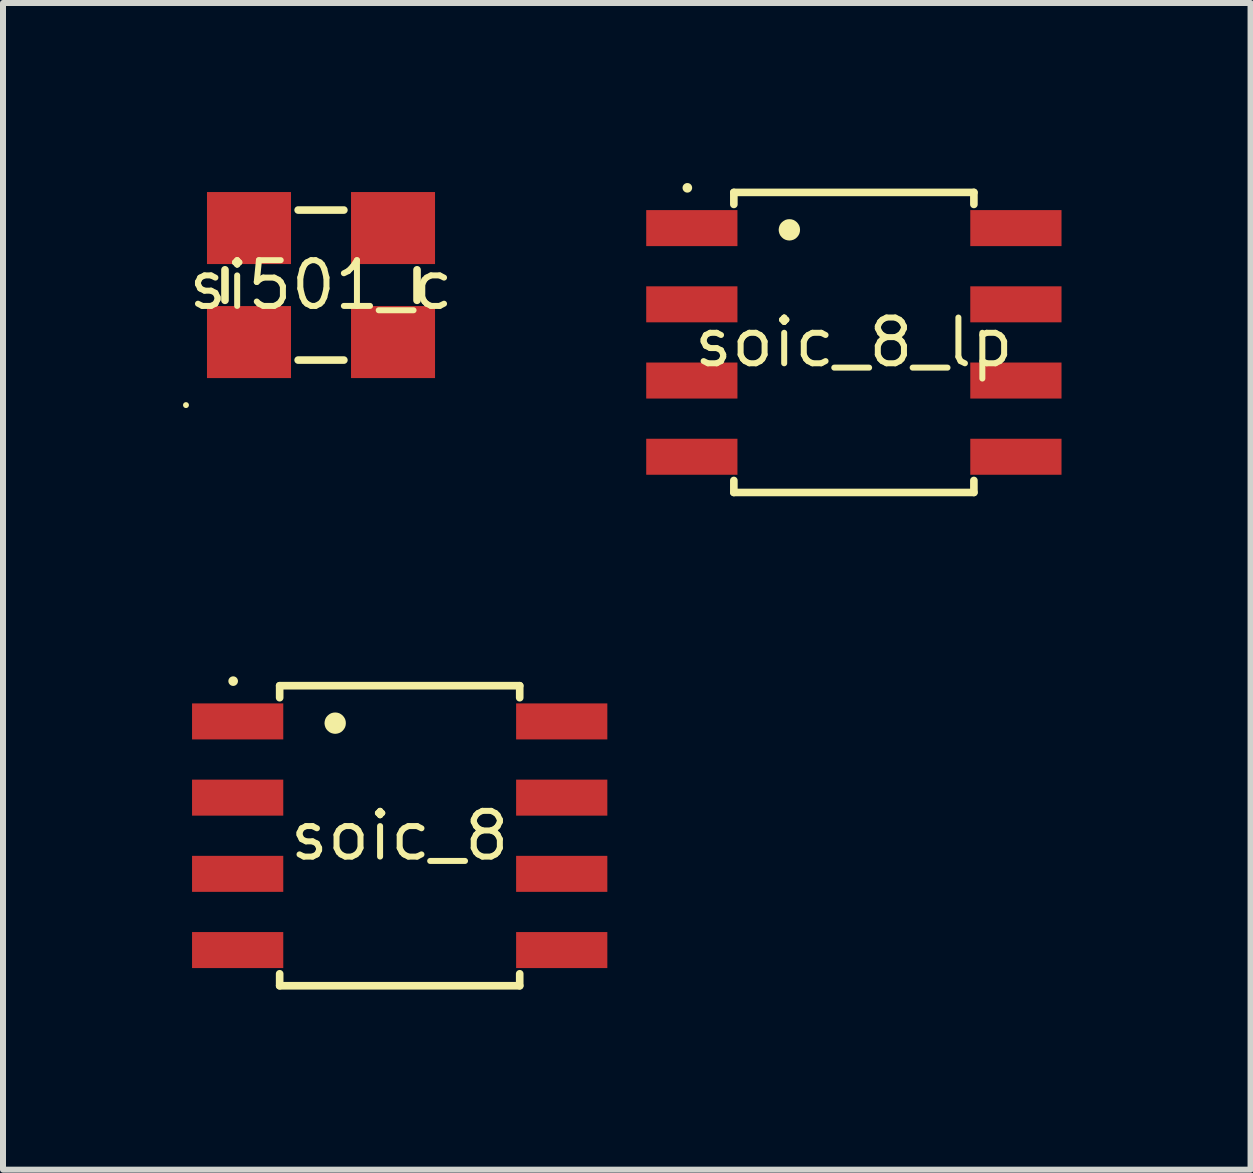
<source format=kicad_pcb>
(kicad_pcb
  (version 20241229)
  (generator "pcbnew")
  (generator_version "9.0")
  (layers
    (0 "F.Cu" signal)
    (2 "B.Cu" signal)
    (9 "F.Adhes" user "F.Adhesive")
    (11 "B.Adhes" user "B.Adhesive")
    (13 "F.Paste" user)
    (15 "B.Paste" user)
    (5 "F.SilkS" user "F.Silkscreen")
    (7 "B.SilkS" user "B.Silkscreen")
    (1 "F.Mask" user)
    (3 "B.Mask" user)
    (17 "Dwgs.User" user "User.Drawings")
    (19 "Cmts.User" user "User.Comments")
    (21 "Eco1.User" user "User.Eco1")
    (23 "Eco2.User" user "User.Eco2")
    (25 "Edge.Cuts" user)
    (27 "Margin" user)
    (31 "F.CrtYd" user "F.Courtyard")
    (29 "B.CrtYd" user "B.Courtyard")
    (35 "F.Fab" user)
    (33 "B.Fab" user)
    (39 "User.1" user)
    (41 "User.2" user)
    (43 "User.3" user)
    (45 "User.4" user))
  (footprint "soic_8"
    (layer "F.Cu")
    (at 3.61 10.876)
    (property "Reference" "soic_8" (at 0 0 0) (layer "F.SilkS") (effects (font (size 0.762 0.762) (thickness 0.1))))
    (attr through_hole)
    (fp_poly (pts (xy -3.61 -2.355) (xy -3.61 -1.455) (xy -1.79 -1.455) (xy -1.79 -2.355)) (stroke (width 0) (type solid)) (fill yes) (layer "F.Mask"))
    (fp_poly (pts (xy -3.61 -1.085) (xy -3.61 -0.185) (xy -1.79 -0.185) (xy -1.79 -1.085)) (stroke (width 0) (type solid)) (fill yes) (layer "F.Mask"))
    (fp_poly (pts (xy -3.61 0.185) (xy -3.61 1.085) (xy -1.79 1.085) (xy -1.79 0.185)) (stroke (width 0) (type solid)) (fill yes) (layer "F.Mask"))
    (fp_poly (pts (xy -3.61 1.455) (xy -3.61 2.355) (xy -1.79 2.355) (xy -1.79 1.455)) (stroke (width 0) (type solid)) (fill yes) (layer "F.Mask"))
    (fp_poly (pts (xy 1.79 -2.355) (xy 1.79 -1.455) (xy 3.61 -1.455) (xy 3.61 -2.355)) (stroke (width 0) (type solid)) (fill yes) (layer "F.Mask"))
    (fp_poly (pts (xy 1.79 -1.085) (xy 1.79 -0.185) (xy 3.61 -0.185) (xy 3.61 -1.085)) (stroke (width 0) (type solid)) (fill yes) (layer "F.Mask"))
    (fp_poly (pts (xy 1.79 0.185) (xy 1.79 1.085) (xy 3.61 1.085) (xy 3.61 0.185)) (stroke (width 0) (type solid)) (fill yes) (layer "F.Mask"))
    (fp_poly (pts (xy 1.79 1.455) (xy 1.79 2.355) (xy 3.61 2.355) (xy 3.61 1.455)) (stroke (width 0) (type solid)) (fill yes) (layer "F.Mask"))
    (fp_line (start -2 -2.5) (end -2 -2.3) (stroke (width 0.127) (type solid)) (layer "F.SilkS"))
    (fp_line (start -2 2.5) (end -2 2.3) (stroke (width 0.127) (type solid)) (layer "F.SilkS"))
    (fp_line (start -2 2.5) (end 2 2.5) (stroke (width 0.127) (type solid)) (layer "F.SilkS"))
    (fp_line (start 2 -2.5) (end -2 -2.5) (stroke (width 0.127) (type solid)) (layer "F.SilkS"))
    (fp_line (start 2 -2.5) (end 2 -2.3) (stroke (width 0.127) (type solid)) (layer "F.SilkS"))
    (fp_line (start 2 2.5) (end 2 2.3) (stroke (width 0.127) (type solid)) (layer "F.SilkS"))
    (fp_poly (pts (xy -2.695 -2.576) (xy -2.696 -2.592) (xy -2.701 -2.607) (xy -2.708 -2.621) (xy -2.718 -2.633) (xy -2.73 -2.643) (xy -2.744 -2.65) (xy -2.759 -2.655) (xy -2.775 -2.656) (xy -2.79 -2.655) (xy -2.805 -2.65) (xy -2.819 -2.643) (xy -2.831 -2.633) (xy -2.841 -2.621) (xy -2.849 -2.607) (xy -2.853 -2.592) (xy -2.855 -2.576) (xy -2.853 -2.561) (xy -2.849 -2.546) (xy -2.841 -2.532) (xy -2.831 -2.52) (xy -2.819 -2.51) (xy -2.805 -2.502) (xy -2.79 -2.498) (xy -2.775 -2.496) (xy -2.759 -2.498) (xy -2.744 -2.502) (xy -2.73 -2.51) (xy -2.718 -2.52) (xy -2.708 -2.532) (xy -2.701 -2.546) (xy -2.696 -2.561)) (stroke (width 0) (type solid)) (fill yes) (layer "F.SilkS"))
    (fp_poly (pts (xy -0.897 -1.876) (xy -0.9 -1.911) (xy -0.91 -1.945) (xy -0.927 -1.975) (xy -0.949 -2.002) (xy -0.976 -2.024) (xy -1.006 -2.041) (xy -1.04 -2.051) (xy -1.075 -2.054) (xy -1.109 -2.051) (xy -1.143 -2.041) (xy -1.173 -2.024) (xy -1.2 -2.002) (xy -1.223 -1.975) (xy -1.239 -1.945) (xy -1.249 -1.911) (xy -1.253 -1.876) (xy -1.249 -1.842) (xy -1.239 -1.808) (xy -1.223 -1.778) (xy -1.2 -1.751) (xy -1.173 -1.728) (xy -1.143 -1.712) (xy -1.109 -1.702) (xy -1.075 -1.698) (xy -1.04 -1.702) (xy -1.006 -1.712) (xy -0.976 -1.728) (xy -0.949 -1.751) (xy -0.927 -1.778) (xy -0.91 -1.808) (xy -0.9 -1.842)) (stroke (width 0) (type solid)) (fill yes) (layer "F.SilkS"))
    (pad "1" smd rect (at -2.7 -1.905 270) (size 0.6 1.52) (layers "F.Cu" "F.Paste"))
    (pad "2" smd rect (at -2.7 -0.635 270) (size 0.6 1.52) (layers "F.Cu" "F.Paste"))
    (pad "3" smd rect (at -2.7 0.635 270) (size 0.6 1.52) (layers "F.Cu" "F.Paste"))
    (pad "4" smd rect (at -2.7 1.905 270) (size 0.6 1.52) (layers "F.Cu" "F.Paste"))
    (pad "5" smd rect (at 2.7 1.905 270) (size 0.6 1.52) (layers "F.Cu" "F.Paste"))
    (pad "6" smd rect (at 2.7 0.635 270) (size 0.6 1.52) (layers "F.Cu" "F.Paste"))
    (pad "7" smd rect (at 2.7 -0.635 270) (size 0.6 1.52) (layers "F.Cu" "F.Paste"))
    (pad "8" smd rect (at 2.7 -1.905 270) (size 0.6 1.52) (layers "F.Cu" "F.Paste")))
  (footprint "soic_8_lp"
    (layer "F.Cu")
    (at 11.178 2.656)
    (property "Reference" "soic_8_lp" (at 0 0 0) (layer "F.SilkS") (effects (font (size 0.762 0.762) (thickness 0.1))))
    (attr through_hole)
    (fp_poly (pts (xy -3.61 -2.355) (xy -3.61 -1.455) (xy -1.79 -1.455) (xy -1.79 -2.355)) (stroke (width 0) (type solid)) (fill yes) (layer "F.Mask"))
    (fp_poly (pts (xy -3.61 -1.085) (xy -3.61 -0.185) (xy -1.79 -0.185) (xy -1.79 -1.085)) (stroke (width 0) (type solid)) (fill yes) (layer "F.Mask"))
    (fp_poly (pts (xy -3.61 0.185) (xy -3.61 1.085) (xy -1.79 1.085) (xy -1.79 0.185)) (stroke (width 0) (type solid)) (fill yes) (layer "F.Mask"))
    (fp_poly (pts (xy -3.61 1.455) (xy -3.61 2.355) (xy -1.79 2.355) (xy -1.79 1.455)) (stroke (width 0) (type solid)) (fill yes) (layer "F.Mask"))
    (fp_poly (pts (xy 1.79 -2.355) (xy 1.79 -1.455) (xy 3.61 -1.455) (xy 3.61 -2.355)) (stroke (width 0) (type solid)) (fill yes) (layer "F.Mask"))
    (fp_poly (pts (xy 1.79 -1.085) (xy 1.79 -0.185) (xy 3.61 -0.185) (xy 3.61 -1.085)) (stroke (width 0) (type solid)) (fill yes) (layer "F.Mask"))
    (fp_poly (pts (xy 1.79 0.185) (xy 1.79 1.085) (xy 3.61 1.085) (xy 3.61 0.185)) (stroke (width 0) (type solid)) (fill yes) (layer "F.Mask"))
    (fp_poly (pts (xy 1.79 1.455) (xy 1.79 2.355) (xy 3.61 2.355) (xy 3.61 1.455)) (stroke (width 0) (type solid)) (fill yes) (layer "F.Mask"))
    (fp_line (start -2 -2.5) (end -2 -2.3) (stroke (width 0.127) (type solid)) (layer "F.SilkS"))
    (fp_line (start -2 2.5) (end -2 2.3) (stroke (width 0.127) (type solid)) (layer "F.SilkS"))
    (fp_line (start -2 2.5) (end 2 2.5) (stroke (width 0.127) (type solid)) (layer "F.SilkS"))
    (fp_line (start 2 -2.5) (end -2 -2.5) (stroke (width 0.127) (type solid)) (layer "F.SilkS"))
    (fp_line (start 2 -2.5) (end 2 -2.3) (stroke (width 0.127) (type solid)) (layer "F.SilkS"))
    (fp_line (start 2 2.5) (end 2 2.3) (stroke (width 0.127) (type solid)) (layer "F.SilkS"))
    (fp_poly (pts (xy -2.695 -2.576) (xy -2.696 -2.592) (xy -2.701 -2.607) (xy -2.708 -2.621) (xy -2.718 -2.633) (xy -2.73 -2.643) (xy -2.744 -2.65) (xy -2.759 -2.655) (xy -2.775 -2.656) (xy -2.79 -2.655) (xy -2.805 -2.65) (xy -2.819 -2.643) (xy -2.831 -2.633) (xy -2.841 -2.621) (xy -2.849 -2.607) (xy -2.853 -2.592) (xy -2.855 -2.576) (xy -2.853 -2.561) (xy -2.849 -2.546) (xy -2.841 -2.532) (xy -2.831 -2.52) (xy -2.819 -2.51) (xy -2.805 -2.502) (xy -2.79 -2.498) (xy -2.775 -2.496) (xy -2.759 -2.498) (xy -2.744 -2.502) (xy -2.73 -2.51) (xy -2.718 -2.52) (xy -2.708 -2.532) (xy -2.701 -2.546) (xy -2.696 -2.561)) (stroke (width 0) (type solid)) (fill yes) (layer "F.SilkS"))
    (fp_poly (pts (xy -0.897 -1.876) (xy -0.9 -1.911) (xy -0.91 -1.945) (xy -0.927 -1.975) (xy -0.949 -2.002) (xy -0.976 -2.024) (xy -1.006 -2.041) (xy -1.04 -2.051) (xy -1.075 -2.054) (xy -1.109 -2.051) (xy -1.143 -2.041) (xy -1.173 -2.024) (xy -1.2 -2.002) (xy -1.223 -1.975) (xy -1.239 -1.945) (xy -1.249 -1.911) (xy -1.253 -1.876) (xy -1.249 -1.842) (xy -1.239 -1.808) (xy -1.223 -1.778) (xy -1.2 -1.751) (xy -1.173 -1.728) (xy -1.143 -1.712) (xy -1.109 -1.702) (xy -1.075 -1.698) (xy -1.04 -1.702) (xy -1.006 -1.712) (xy -0.976 -1.728) (xy -0.949 -1.751) (xy -0.927 -1.778) (xy -0.91 -1.808) (xy -0.9 -1.842)) (stroke (width 0) (type solid)) (fill yes) (layer "F.SilkS"))
    (pad "1" smd rect (at -2.7 -1.905 270) (size 0.6 1.52) (layers "F.Cu" "F.Paste"))
    (pad "2" smd rect (at -2.7 -0.635 270) (size 0.6 1.52) (layers "F.Cu" "F.Paste"))
    (pad "3" smd rect (at -2.7 0.635 270) (size 0.6 1.52) (layers "F.Cu" "F.Paste"))
    (pad "4" smd rect (at -2.7 1.905 270) (size 0.6 1.52) (layers "F.Cu" "F.Paste"))
    (pad "5" smd rect (at 2.7 1.905 270) (size 0.6 1.52) (layers "F.Cu" "F.Paste"))
    (pad "6" smd rect (at 2.7 0.635 270) (size 0.6 1.52) (layers "F.Cu" "F.Paste"))
    (pad "7" smd rect (at 2.7 -0.635 270) (size 0.6 1.52) (layers "F.Cu" "F.Paste"))
    (pad "8" smd rect (at 2.7 -1.905 270) (size 0.6 1.52) (layers "F.Cu" "F.Paste")))
  (footprint "si501_c"
    (layer "F.Cu")
    (at 2.299 1.7)
    (property "Reference" "si501_c" (at 0 0 0) (layer "F.SilkS") (effects (font (size 0.762 0.762) (thickness 0.1))))
    (attr through_hole)
    (fp_poly (pts (xy -2.05 -0.2) (xy -0.35 -0.2) (xy -0.35 -1.7) (xy -2.05 -1.7)) (stroke (width 0) (type solid)) (fill yes) (layer "F.Mask"))
    (fp_poly (pts (xy -2.05 1.7) (xy -0.35 1.7) (xy -0.35 0.2) (xy -2.05 0.2)) (stroke (width 0) (type solid)) (fill yes) (layer "F.Mask"))
    (fp_poly (pts (xy 0.35 -0.2) (xy 2.05 -0.2) (xy 2.05 -1.7) (xy 0.35 -1.7)) (stroke (width 0) (type solid)) (fill yes) (layer "F.Mask"))
    (fp_poly (pts (xy 0.35 1.7) (xy 2.05 1.7) (xy 2.05 0.2) (xy 0.35 0.2)) (stroke (width 0) (type solid)) (fill yes) (layer "F.Mask"))
    (fp_line (start -1.6 -0.254) (end -1.6 0.254) (stroke (width 0.127) (type solid)) (layer "F.SilkS"))
    (fp_line (start -0.381 -1.25) (end 0.381 -1.25) (stroke (width 0.127) (type solid)) (layer "F.SilkS"))
    (fp_line (start -0.381 1.25) (end 0.381 1.25) (stroke (width 0.127) (type solid)) (layer "F.SilkS"))
    (fp_line (start 1.6 -0.254) (end 1.6 0.254) (stroke (width 0.127) (type solid)) (layer "F.SilkS"))
    (fp_poly (pts (xy -2.201 2) (xy -2.202 1.99) (xy -2.205 1.981) (xy -2.209 1.973) (xy -2.215 1.965) (xy -2.223 1.959) (xy -2.231 1.955) (xy -2.24 1.952) (xy -2.25 1.951) (xy -2.26 1.952) (xy -2.269 1.955) (xy -2.277 1.959) (xy -2.285 1.965) (xy -2.291 1.973) (xy -2.295 1.981) (xy -2.298 1.99) (xy -2.299 2) (xy -2.298 2.01) (xy -2.295 2.019) (xy -2.291 2.027) (xy -2.285 2.035) (xy -2.277 2.041) (xy -2.269 2.045) (xy -2.26 2.048) (xy -2.25 2.049) (xy -2.24 2.048) (xy -2.231 2.045) (xy -2.223 2.041) (xy -2.215 2.035) (xy -2.209 2.027) (xy -2.205 2.019) (xy -2.202 2.01)) (stroke (width 0) (type solid)) (fill yes) (layer "F.SilkS"))
    (pad "1" smd rect (at -1.2 0.95) (size 1.4 1.2) (layers "F.Cu" "F.Paste"))
    (pad "2" smd rect (at 1.2 0.95) (size 1.4 1.2) (layers "F.Cu" "F.Paste"))
    (pad "3" smd rect (at 1.2 -0.95) (size 1.4 1.2) (layers "F.Cu" "F.Paste"))
    (pad "4" smd rect (at -1.2 -0.95) (size 1.4 1.2) (layers "F.Cu" "F.Paste")))
  (gr_rect
    (start -3 -3)
    (end 17.788 16.44)
    (stroke (width 0.1) (type default))
    (fill no)
    (layer "Edge.Cuts")))
</source>
